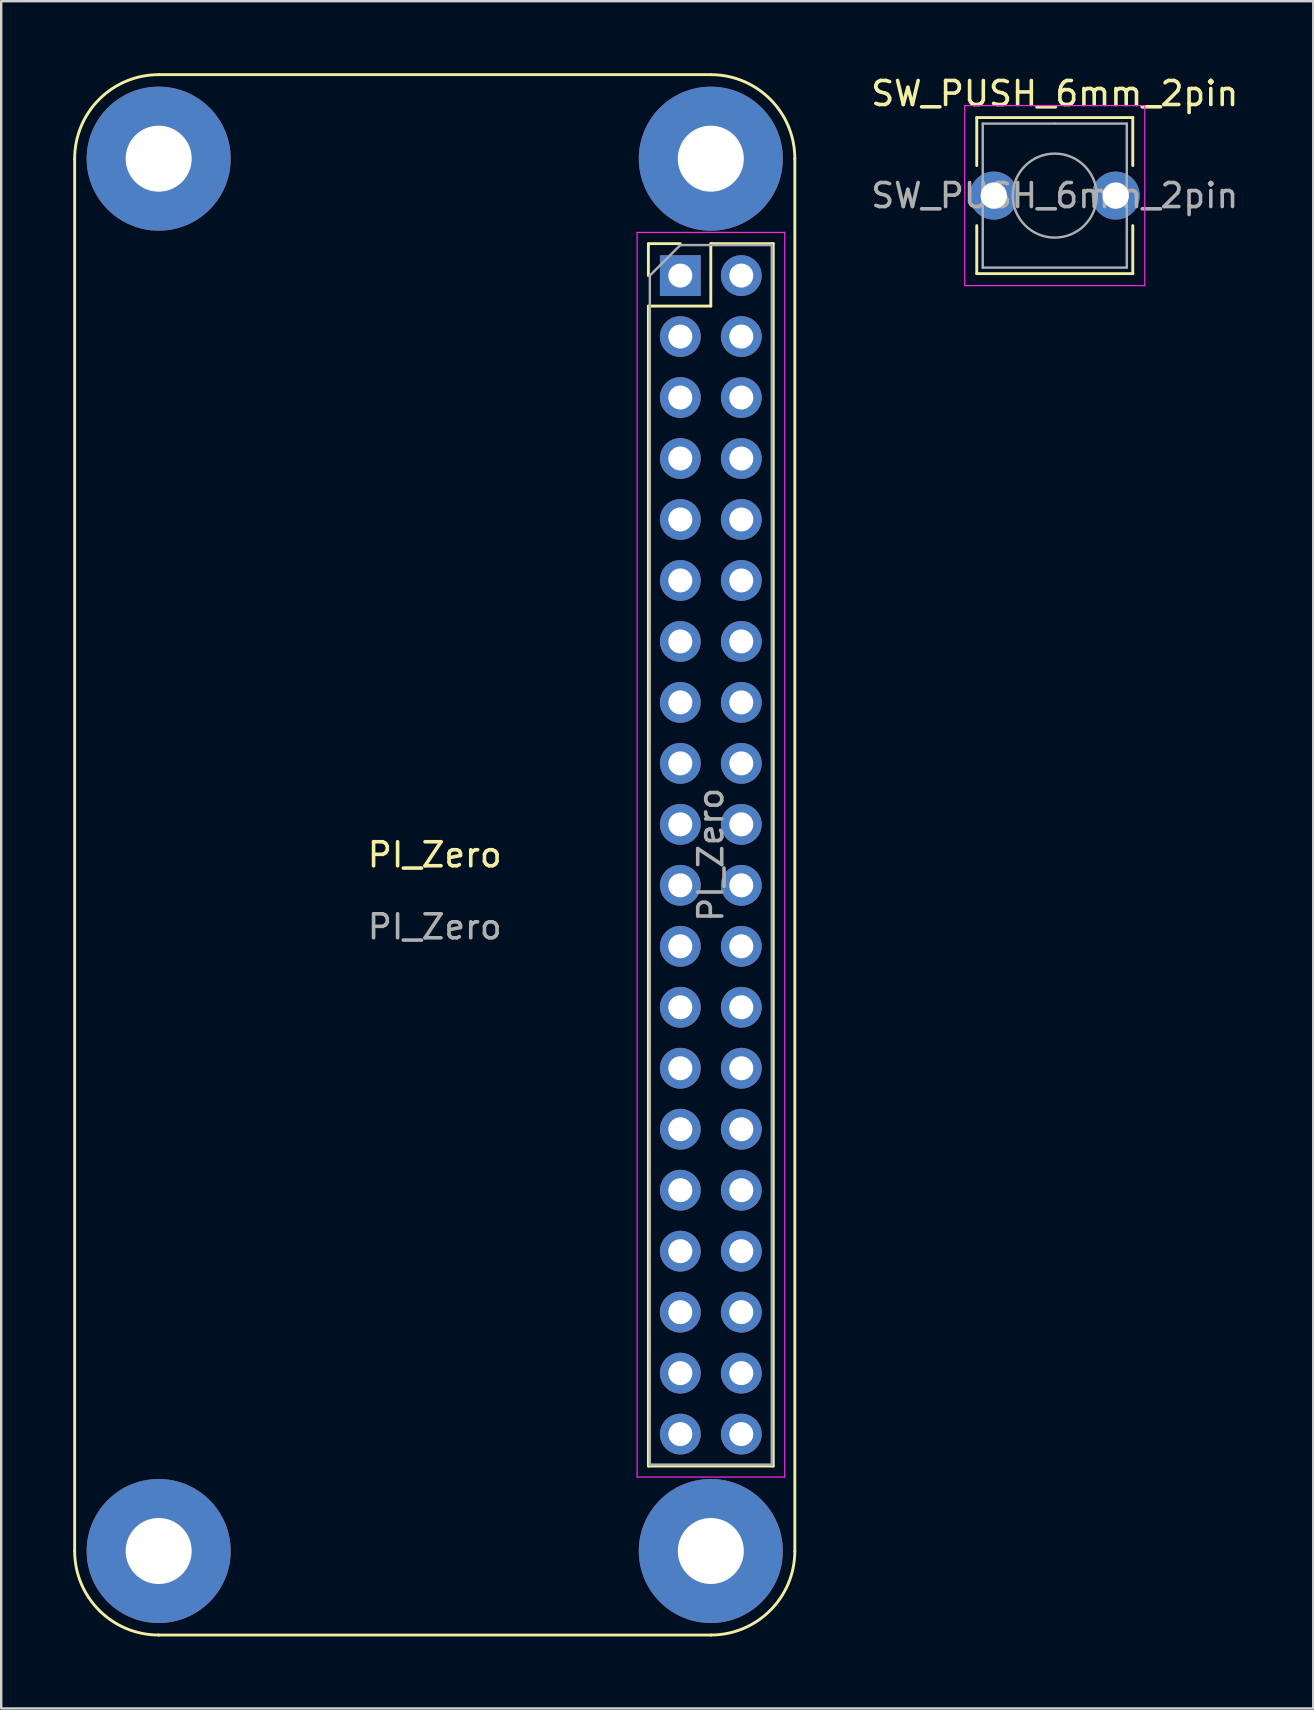
<source format=kicad_pcb>
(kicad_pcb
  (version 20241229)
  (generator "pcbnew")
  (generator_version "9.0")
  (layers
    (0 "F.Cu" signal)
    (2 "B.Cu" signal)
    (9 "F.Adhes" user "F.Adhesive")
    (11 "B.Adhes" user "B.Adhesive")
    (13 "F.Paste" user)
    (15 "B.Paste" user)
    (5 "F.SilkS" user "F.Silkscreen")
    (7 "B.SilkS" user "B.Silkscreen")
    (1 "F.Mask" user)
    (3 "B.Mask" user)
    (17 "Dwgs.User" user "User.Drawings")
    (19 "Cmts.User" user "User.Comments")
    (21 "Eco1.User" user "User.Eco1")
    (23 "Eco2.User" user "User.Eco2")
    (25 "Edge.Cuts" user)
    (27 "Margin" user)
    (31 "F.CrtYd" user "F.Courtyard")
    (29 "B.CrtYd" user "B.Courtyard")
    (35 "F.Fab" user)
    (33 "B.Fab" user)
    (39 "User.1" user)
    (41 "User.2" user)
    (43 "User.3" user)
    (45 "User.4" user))
  (footprint "SW_PUSH_6mm_2pin"
    (layer "F.Cu")
    (at 40.888 5.098)
    (property "Reference" "SW_PUSH_6mm_2pin" (at 0 -4.25 0) (layer "F.SilkS") (effects (font (size 1 1) (thickness 0.15))))
    (attr through_hole)
    (fp_line (start -3.25 -3.25) (end -3.25 -1.25) (stroke (width 0.12) (type solid)) (layer "F.SilkS"))
    (fp_line (start -3.25 1.25) (end -3.25 3.25) (stroke (width 0.12) (type solid)) (layer "F.SilkS"))
    (fp_line (start -3.25 3.25) (end 3.25 3.25) (stroke (width 0.12) (type solid)) (layer "F.SilkS"))
    (fp_line (start 3.25 -3.25) (end -3.25 -3.25) (stroke (width 0.12) (type solid)) (layer "F.SilkS"))
    (fp_line (start 3.25 -1.25) (end 3.25 -3.25) (stroke (width 0.12) (type solid)) (layer "F.SilkS"))
    (fp_line (start 3.25 3.25) (end 3.25 1.25) (stroke (width 0.12) (type solid)) (layer "F.SilkS"))
    (fp_line (start -3.75 -3.75) (end 3.75 -3.75) (stroke (width 0.05) (type solid)) (layer "F.CrtYd"))
    (fp_line (start -3.75 3.75) (end -3.75 -3.75) (stroke (width 0.05) (type solid)) (layer "F.CrtYd"))
    (fp_line (start 3.75 -3.75) (end 3.75 3.75) (stroke (width 0.05) (type solid)) (layer "F.CrtYd"))
    (fp_line (start 3.75 3.75) (end -3.75 3.75) (stroke (width 0.05) (type solid)) (layer "F.CrtYd"))
    (fp_line (start -3 -3) (end 0 -3) (stroke (width 0.1) (type solid)) (layer "F.Fab"))
    (fp_line (start -3 3) (end -3 -3) (stroke (width 0.1) (type solid)) (layer "F.Fab"))
    (fp_line (start 0 -3) (end 3 -3) (stroke (width 0.1) (type solid)) (layer "F.Fab"))
    (fp_line (start 3 -3) (end 3 3) (stroke (width 0.1) (type solid)) (layer "F.Fab"))
    (fp_line (start 3 3) (end -3 3) (stroke (width 0.1) (type solid)) (layer "F.Fab"))
    (fp_circle (center 0 0) (end -1.75 0) (stroke (width 0.1) (type solid)) (fill no) (layer "F.Fab"))
    (fp_text user "${REFERENCE}" (at 0 0 0) (layer "F.Fab") (effects (font (size 1 1) (thickness 0.15))))
    (pad "1" thru_hole circle (at -2.54 0 90) (size 2 2) (drill 1.1) (layers "*.Cu" "*.Mask"))
    (pad "2" thru_hole circle (at 2.54 0 90) (size 2 2) (drill 1.1) (layers "*.Cu" "*.Mask")))
  (footprint "PI_Zero"
    (layer "F.Cu")
    (at 26.56 32.56)
    (property "Reference" "PI_Zero" (at -11.5 0 0) (unlocked yes) (layer "F.SilkS") (effects (font (size 1 1) (thickness 0.15))))
    (attr through_hole)
    (fp_line (start -26.5 29) (end -26.5 -29) (stroke (width 0.12) (type solid)) (layer "F.SilkS"))
    (fp_line (start -23 -32.5) (end 0 -32.5) (stroke (width 0.12) (type solid)) (layer "F.SilkS"))
    (fp_line (start -2.6 -25.46) (end -1.27 -25.46) (stroke (width 0.12) (type solid)) (layer "F.SilkS"))
    (fp_line (start -2.6 -24.13) (end -2.6 -25.46) (stroke (width 0.12) (type solid)) (layer "F.SilkS"))
    (fp_line (start -2.6 -22.86) (end -2.6 25.46) (stroke (width 0.12) (type solid)) (layer "F.SilkS"))
    (fp_line (start -2.6 -22.86) (end 0 -22.86) (stroke (width 0.12) (type solid)) (layer "F.SilkS"))
    (fp_line (start -2.6 25.46) (end 2.6 25.46) (stroke (width 0.12) (type solid)) (layer "F.SilkS"))
    (fp_line (start 0 -25.46) (end 2.6 -25.46) (stroke (width 0.12) (type solid)) (layer "F.SilkS"))
    (fp_line (start 0 -22.86) (end 0 -25.46) (stroke (width 0.12) (type solid)) (layer "F.SilkS"))
    (fp_line (start 0 32.5) (end -23 32.5) (stroke (width 0.12) (type solid)) (layer "F.SilkS"))
    (fp_line (start 2.6 -25.46) (end 2.6 25.46) (stroke (width 0.12) (type solid)) (layer "F.SilkS"))
    (fp_line (start 3.5 -29) (end 3.5 29) (stroke (width 0.12) (type solid)) (layer "F.SilkS"))
    (fp_arc (start -26.5 -29) (mid -25.474874 -31.474874) (end -23 -32.5) (stroke (width 0.12) (type solid)) (layer "F.SilkS"))
    (fp_arc (start -23 32.5) (mid -25.474874 31.474874) (end -26.5 29) (stroke (width 0.12) (type solid)) (layer "F.SilkS"))
    (fp_arc (start 0 -32.5) (mid 2.474874 -31.474874) (end 3.5 -29) (stroke (width 0.12) (type solid)) (layer "F.SilkS"))
    (fp_arc (start 3.5 29) (mid 2.474874 31.474874) (end 0 32.5) (stroke (width 0.12) (type solid)) (layer "F.SilkS"))
    (fp_line (start -3.07 -25.93) (end -3.07 25.92) (stroke (width 0.05) (type solid)) (layer "F.CrtYd"))
    (fp_line (start -3.07 25.92) (end 3.08 25.92) (stroke (width 0.05) (type solid)) (layer "F.CrtYd"))
    (fp_line (start 3.08 -25.93) (end -3.07 -25.93) (stroke (width 0.05) (type solid)) (layer "F.CrtYd"))
    (fp_line (start 3.08 25.92) (end 3.08 -25.93) (stroke (width 0.05) (type solid)) (layer "F.CrtYd"))
    (fp_line (start -2.54 -24.13) (end -1.27 -25.4) (stroke (width 0.1) (type solid)) (layer "F.Fab"))
    (fp_line (start -2.54 25.4) (end -2.54 -24.13) (stroke (width 0.1) (type solid)) (layer "F.Fab"))
    (fp_line (start -1.27 -25.4) (end 2.54 -25.4) (stroke (width 0.1) (type solid)) (layer "F.Fab"))
    (fp_line (start 2.54 -25.4) (end 2.54 25.4) (stroke (width 0.1) (type solid)) (layer "F.Fab"))
    (fp_line (start 2.54 25.4) (end -2.54 25.4) (stroke (width 0.1) (type solid)) (layer "F.Fab"))
    (fp_text user "${REFERENCE}" (at 0 0 90) (layer "F.Fab") (effects (font (size 1 1) (thickness 0.15))))
    (fp_text user "${REFERENCE}" (at -11.5 3 0) (unlocked yes) (layer "F.Fab") (effects (font (size 1 1) (thickness 0.15))))
    (pad "" np_thru_hole circle (at -23 -29) (size 6 6) (drill 2.75) (layers "*.Cu" "*.Mask"))
    (pad "" np_thru_hole circle (at -23 29) (size 6 6) (drill 2.75) (layers "*.Cu" "*.Mask"))
    (pad "" np_thru_hole circle (at 0 -29) (size 6 6) (drill 2.75) (layers "*.Cu" "*.Mask"))
    (pad "" np_thru_hole circle (at 0 29) (size 6 6) (drill 2.75) (layers "*.Cu" "*.Mask"))
    (pad "1" thru_hole rect (at -1.27 -24.13) (size 1.7 1.7) (drill 1) (layers "*.Cu" "*.Mask"))
    (pad "2" thru_hole oval (at 1.27 -24.13) (size 1.7 1.7) (drill 1) (layers "*.Cu" "*.Mask"))
    (pad "3" thru_hole oval (at -1.27 -21.59) (size 1.7 1.7) (drill 1) (layers "*.Cu" "*.Mask"))
    (pad "4" thru_hole oval (at 1.27 -21.59) (size 1.7 1.7) (drill 1) (layers "*.Cu" "*.Mask"))
    (pad "5" thru_hole oval (at -1.27 -19.05) (size 1.7 1.7) (drill 1) (layers "*.Cu" "*.Mask"))
    (pad "6" thru_hole oval (at 1.27 -19.05) (size 1.7 1.7) (drill 1) (layers "*.Cu" "*.Mask"))
    (pad "7" thru_hole oval (at -1.27 -16.51) (size 1.7 1.7) (drill 1) (layers "*.Cu" "*.Mask"))
    (pad "8" thru_hole oval (at 1.27 -16.51) (size 1.7 1.7) (drill 1) (layers "*.Cu" "*.Mask"))
    (pad "9" thru_hole oval (at -1.27 -13.97) (size 1.7 1.7) (drill 1) (layers "*.Cu" "*.Mask"))
    (pad "10" thru_hole oval (at 1.27 -13.97) (size 1.7 1.7) (drill 1) (layers "*.Cu" "*.Mask"))
    (pad "11" thru_hole oval (at -1.27 -11.43) (size 1.7 1.7) (drill 1) (layers "*.Cu" "*.Mask"))
    (pad "12" thru_hole oval (at 1.27 -11.43) (size 1.7 1.7) (drill 1) (layers "*.Cu" "*.Mask"))
    (pad "13" thru_hole oval (at -1.27 -8.89) (size 1.7 1.7) (drill 1) (layers "*.Cu" "*.Mask"))
    (pad "14" thru_hole oval (at 1.27 -8.89) (size 1.7 1.7) (drill 1) (layers "*.Cu" "*.Mask"))
    (pad "15" thru_hole oval (at -1.27 -6.35) (size 1.7 1.7) (drill 1) (layers "*.Cu" "*.Mask"))
    (pad "16" thru_hole oval (at 1.27 -6.35) (size 1.7 1.7) (drill 1) (layers "*.Cu" "*.Mask"))
    (pad "17" thru_hole oval (at -1.27 -3.81) (size 1.7 1.7) (drill 1) (layers "*.Cu" "*.Mask"))
    (pad "18" thru_hole oval (at 1.27 -3.81) (size 1.7 1.7) (drill 1) (layers "*.Cu" "*.Mask"))
    (pad "19" thru_hole oval (at -1.27 -1.27) (size 1.7 1.7) (drill 1) (layers "*.Cu" "*.Mask"))
    (pad "20" thru_hole oval (at 1.27 -1.27) (size 1.7 1.7) (drill 1) (layers "*.Cu" "*.Mask"))
    (pad "21" thru_hole oval (at -1.27 1.27) (size 1.7 1.7) (drill 1) (layers "*.Cu" "*.Mask"))
    (pad "22" thru_hole oval (at 1.27 1.27) (size 1.7 1.7) (drill 1) (layers "*.Cu" "*.Mask"))
    (pad "23" thru_hole oval (at -1.27 3.81) (size 1.7 1.7) (drill 1) (layers "*.Cu" "*.Mask"))
    (pad "24" thru_hole oval (at 1.27 3.81) (size 1.7 1.7) (drill 1) (layers "*.Cu" "*.Mask"))
    (pad "25" thru_hole oval (at -1.27 6.35) (size 1.7 1.7) (drill 1) (layers "*.Cu" "*.Mask"))
    (pad "26" thru_hole oval (at 1.27 6.35) (size 1.7 1.7) (drill 1) (layers "*.Cu" "*.Mask"))
    (pad "27" thru_hole oval (at -1.27 8.89) (size 1.7 1.7) (drill 1) (layers "*.Cu" "*.Mask"))
    (pad "28" thru_hole oval (at 1.27 8.89) (size 1.7 1.7) (drill 1) (layers "*.Cu" "*.Mask"))
    (pad "29" thru_hole oval (at -1.27 11.43) (size 1.7 1.7) (drill 1) (layers "*.Cu" "*.Mask"))
    (pad "30" thru_hole oval (at 1.27 11.43) (size 1.7 1.7) (drill 1) (layers "*.Cu" "*.Mask"))
    (pad "31" thru_hole oval (at -1.27 13.97) (size 1.7 1.7) (drill 1) (layers "*.Cu" "*.Mask"))
    (pad "32" thru_hole oval (at 1.27 13.97) (size 1.7 1.7) (drill 1) (layers "*.Cu" "*.Mask"))
    (pad "33" thru_hole oval (at -1.27 16.51) (size 1.7 1.7) (drill 1) (layers "*.Cu" "*.Mask"))
    (pad "34" thru_hole oval (at 1.27 16.51) (size 1.7 1.7) (drill 1) (layers "*.Cu" "*.Mask"))
    (pad "35" thru_hole oval (at -1.27 19.05) (size 1.7 1.7) (drill 1) (layers "*.Cu" "*.Mask"))
    (pad "36" thru_hole oval (at 1.27 19.05) (size 1.7 1.7) (drill 1) (layers "*.Cu" "*.Mask"))
    (pad "37" thru_hole oval (at -1.27 21.59) (size 1.7 1.7) (drill 1) (layers "*.Cu" "*.Mask"))
    (pad "38" thru_hole oval (at 1.27 21.59) (size 1.7 1.7) (drill 1) (layers "*.Cu" "*.Mask"))
    (pad "39" thru_hole oval (at -1.27 24.13) (size 1.7 1.7) (drill 1) (layers "*.Cu" "*.Mask"))
    (pad "40" thru_hole oval (at 1.27 24.13) (size 1.7 1.7) (drill 1) (layers "*.Cu" "*.Mask")))
  (gr_rect
    (start -3 -3)
    (end 51.656 68.12)
    (stroke (width 0.1) (type default))
    (fill no)
    (layer "Edge.Cuts")))
</source>
